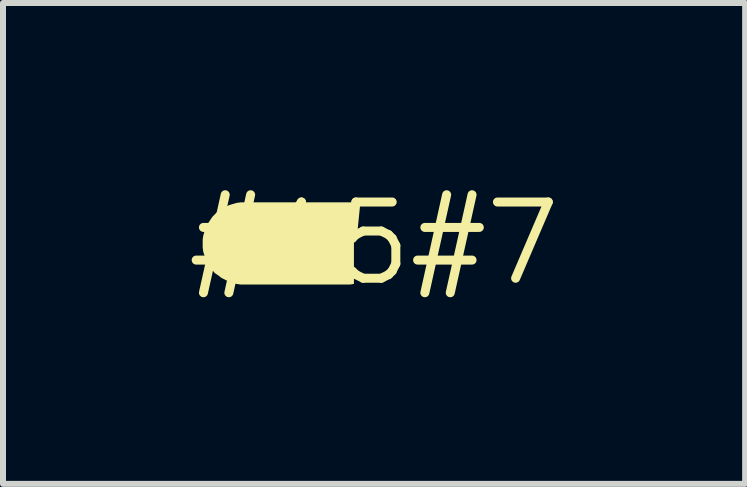
<source format=kicad_pcb>
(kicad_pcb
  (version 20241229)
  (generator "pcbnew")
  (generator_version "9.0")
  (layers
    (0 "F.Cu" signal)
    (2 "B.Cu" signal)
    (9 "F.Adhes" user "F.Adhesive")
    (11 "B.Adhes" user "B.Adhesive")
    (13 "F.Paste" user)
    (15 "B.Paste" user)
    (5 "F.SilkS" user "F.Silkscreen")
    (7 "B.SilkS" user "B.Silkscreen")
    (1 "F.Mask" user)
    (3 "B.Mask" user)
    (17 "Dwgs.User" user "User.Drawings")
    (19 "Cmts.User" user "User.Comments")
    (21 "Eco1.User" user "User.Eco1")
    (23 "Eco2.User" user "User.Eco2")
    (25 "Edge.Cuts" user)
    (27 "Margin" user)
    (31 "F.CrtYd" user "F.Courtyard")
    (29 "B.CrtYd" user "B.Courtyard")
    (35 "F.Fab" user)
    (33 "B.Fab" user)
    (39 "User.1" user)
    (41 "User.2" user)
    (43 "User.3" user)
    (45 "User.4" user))
  (footprint "#15#7"
    (layer "F.Cu")
    (at 3.182 1.006)
    (property "Reference" "#15#7" (at 0 0 0) (layer "F.SilkS") (effects (font (size 1.27 1.27) (thickness 0.15))))
    (fp_poly (pts (xy -0.335 -0.62) (xy -0.335 0.674) (xy -0.4 0.685) (xy -2.22 0.685) (xy -2.291 0.675) (xy -2.361 0.655) (xy -2.422 0.635) (xy -2.543 0.574) (xy -2.593 0.534) (xy -2.653 0.494) (xy -2.694 0.443) (xy -2.734 0.383) (xy -2.774 0.333) (xy -2.805 0.262) (xy -2.825 0.202) (xy -2.845 0.141) (xy -2.855 0.07) (xy -2.855 -0.07) (xy -2.845 -0.131) (xy -2.825 -0.201) (xy -2.805 -0.262) (xy -2.774 -0.323) (xy -2.734 -0.383) (xy -2.694 -0.443) (xy -2.654 -0.484) (xy -2.603 -0.534) (xy -2.543 -0.574) (xy -2.422 -0.635) (xy -2.361 -0.655) (xy -2.291 -0.675) (xy -2.22 -0.685) (xy -0.346 -0.685)) (stroke (width 0) (type default)) (fill yes) (layer "F.SilkS")))
  (gr_rect
    (start -3 -3)
    (end 9.365 5.012)
    (stroke (width 0.1) (type default))
    (fill no)
    (layer "Edge.Cuts")))
</source>
